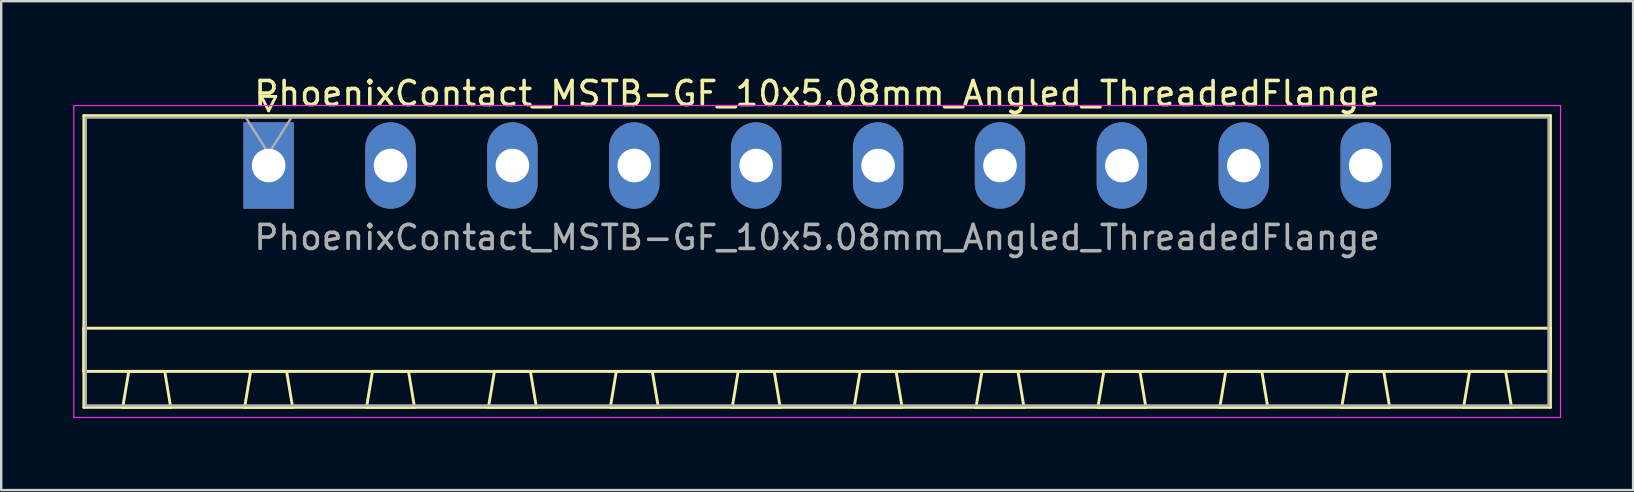
<source format=kicad_pcb>
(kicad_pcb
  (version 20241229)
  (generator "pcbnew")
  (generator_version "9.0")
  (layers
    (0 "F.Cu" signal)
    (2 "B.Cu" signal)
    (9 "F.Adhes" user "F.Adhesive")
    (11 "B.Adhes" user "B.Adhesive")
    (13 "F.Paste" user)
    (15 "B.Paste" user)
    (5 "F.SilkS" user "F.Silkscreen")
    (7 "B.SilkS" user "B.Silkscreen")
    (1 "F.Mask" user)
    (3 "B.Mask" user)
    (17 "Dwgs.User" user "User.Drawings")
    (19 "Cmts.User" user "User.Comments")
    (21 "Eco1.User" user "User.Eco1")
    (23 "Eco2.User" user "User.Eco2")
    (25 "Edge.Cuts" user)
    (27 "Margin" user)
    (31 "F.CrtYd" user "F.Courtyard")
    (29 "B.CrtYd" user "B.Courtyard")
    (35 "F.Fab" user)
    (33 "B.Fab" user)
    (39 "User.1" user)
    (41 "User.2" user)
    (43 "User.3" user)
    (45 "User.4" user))
  (footprint "PhoenixContact_MSTB-GF_10x5.08mm_Angled_ThreadedFlange"
    (layer "F.Cu")
    (at 8.145 3.848)
    (property "Reference" "PhoenixContact_MSTB-GF_10x5.08mm_Angled_ThreadedFlange" (at 22.86 -3 0) (layer "F.SilkS") (effects (font (size 1 1) (thickness 0.15))))
    (attr through_hole)
    (fp_line (start -7.7 -2.08) (end -7.7 10.08) (stroke (width 0.12) (type solid)) (layer "F.SilkS"))
    (fp_line (start -7.7 6.78) (end 53.42 6.78) (stroke (width 0.12) (type solid)) (layer "F.SilkS"))
    (fp_line (start -7.7 8.58) (end -7.7 6.78) (stroke (width 0.12) (type solid)) (layer "F.SilkS"))
    (fp_line (start -7.7 10.08) (end 53.42 10.08) (stroke (width 0.12) (type solid)) (layer "F.SilkS"))
    (fp_line (start -6.08 10.08) (end -4.08 10.08) (stroke (width 0.12) (type solid)) (layer "F.SilkS"))
    (fp_line (start -5.83 8.58) (end -6.08 10.08) (stroke (width 0.12) (type solid)) (layer "F.SilkS"))
    (fp_line (start -4.33 8.58) (end -5.83 8.58) (stroke (width 0.12) (type solid)) (layer "F.SilkS"))
    (fp_line (start -4.08 10.08) (end -4.33 8.58) (stroke (width 0.12) (type solid)) (layer "F.SilkS"))
    (fp_line (start -1 10.08) (end 1 10.08) (stroke (width 0.12) (type solid)) (layer "F.SilkS"))
    (fp_line (start -0.75 8.58) (end -1 10.08) (stroke (width 0.12) (type solid)) (layer "F.SilkS"))
    (fp_line (start -0.3 -2.88) (end 0.3 -2.88) (stroke (width 0.12) (type solid)) (layer "F.SilkS"))
    (fp_line (start 0 -2.28) (end -0.3 -2.88) (stroke (width 0.12) (type solid)) (layer "F.SilkS"))
    (fp_line (start 0.3 -2.88) (end 0 -2.28) (stroke (width 0.12) (type solid)) (layer "F.SilkS"))
    (fp_line (start 0.75 8.58) (end -0.75 8.58) (stroke (width 0.12) (type solid)) (layer "F.SilkS"))
    (fp_line (start 1 10.08) (end 0.75 8.58) (stroke (width 0.12) (type solid)) (layer "F.SilkS"))
    (fp_line (start 4.08 10.08) (end 6.08 10.08) (stroke (width 0.12) (type solid)) (layer "F.SilkS"))
    (fp_line (start 4.33 8.58) (end 4.08 10.08) (stroke (width 0.12) (type solid)) (layer "F.SilkS"))
    (fp_line (start 5.83 8.58) (end 4.33 8.58) (stroke (width 0.12) (type solid)) (layer "F.SilkS"))
    (fp_line (start 6.08 10.08) (end 5.83 8.58) (stroke (width 0.12) (type solid)) (layer "F.SilkS"))
    (fp_line (start 9.16 10.08) (end 11.16 10.08) (stroke (width 0.12) (type solid)) (layer "F.SilkS"))
    (fp_line (start 9.41 8.58) (end 9.16 10.08) (stroke (width 0.12) (type solid)) (layer "F.SilkS"))
    (fp_line (start 10.91 8.58) (end 9.41 8.58) (stroke (width 0.12) (type solid)) (layer "F.SilkS"))
    (fp_line (start 11.16 10.08) (end 10.91 8.58) (stroke (width 0.12) (type solid)) (layer "F.SilkS"))
    (fp_line (start 14.24 10.08) (end 16.24 10.08) (stroke (width 0.12) (type solid)) (layer "F.SilkS"))
    (fp_line (start 14.49 8.58) (end 14.24 10.08) (stroke (width 0.12) (type solid)) (layer "F.SilkS"))
    (fp_line (start 15.99 8.58) (end 14.49 8.58) (stroke (width 0.12) (type solid)) (layer "F.SilkS"))
    (fp_line (start 16.24 10.08) (end 15.99 8.58) (stroke (width 0.12) (type solid)) (layer "F.SilkS"))
    (fp_line (start 19.32 10.08) (end 21.32 10.08) (stroke (width 0.12) (type solid)) (layer "F.SilkS"))
    (fp_line (start 19.57 8.58) (end 19.32 10.08) (stroke (width 0.12) (type solid)) (layer "F.SilkS"))
    (fp_line (start 21.07 8.58) (end 19.57 8.58) (stroke (width 0.12) (type solid)) (layer "F.SilkS"))
    (fp_line (start 21.32 10.08) (end 21.07 8.58) (stroke (width 0.12) (type solid)) (layer "F.SilkS"))
    (fp_line (start 24.4 10.08) (end 26.4 10.08) (stroke (width 0.12) (type solid)) (layer "F.SilkS"))
    (fp_line (start 24.65 8.58) (end 24.4 10.08) (stroke (width 0.12) (type solid)) (layer "F.SilkS"))
    (fp_line (start 26.15 8.58) (end 24.65 8.58) (stroke (width 0.12) (type solid)) (layer "F.SilkS"))
    (fp_line (start 26.4 10.08) (end 26.15 8.58) (stroke (width 0.12) (type solid)) (layer "F.SilkS"))
    (fp_line (start 29.48 10.08) (end 31.48 10.08) (stroke (width 0.12) (type solid)) (layer "F.SilkS"))
    (fp_line (start 29.73 8.58) (end 29.48 10.08) (stroke (width 0.12) (type solid)) (layer "F.SilkS"))
    (fp_line (start 31.23 8.58) (end 29.73 8.58) (stroke (width 0.12) (type solid)) (layer "F.SilkS"))
    (fp_line (start 31.48 10.08) (end 31.23 8.58) (stroke (width 0.12) (type solid)) (layer "F.SilkS"))
    (fp_line (start 34.56 10.08) (end 36.56 10.08) (stroke (width 0.12) (type solid)) (layer "F.SilkS"))
    (fp_line (start 34.81 8.58) (end 34.56 10.08) (stroke (width 0.12) (type solid)) (layer "F.SilkS"))
    (fp_line (start 36.31 8.58) (end 34.81 8.58) (stroke (width 0.12) (type solid)) (layer "F.SilkS"))
    (fp_line (start 36.56 10.08) (end 36.31 8.58) (stroke (width 0.12) (type solid)) (layer "F.SilkS"))
    (fp_line (start 39.64 10.08) (end 41.64 10.08) (stroke (width 0.12) (type solid)) (layer "F.SilkS"))
    (fp_line (start 39.89 8.58) (end 39.64 10.08) (stroke (width 0.12) (type solid)) (layer "F.SilkS"))
    (fp_line (start 41.39 8.58) (end 39.89 8.58) (stroke (width 0.12) (type solid)) (layer "F.SilkS"))
    (fp_line (start 41.64 10.08) (end 41.39 8.58) (stroke (width 0.12) (type solid)) (layer "F.SilkS"))
    (fp_line (start 44.72 10.08) (end 46.72 10.08) (stroke (width 0.12) (type solid)) (layer "F.SilkS"))
    (fp_line (start 44.97 8.58) (end 44.72 10.08) (stroke (width 0.12) (type solid)) (layer "F.SilkS"))
    (fp_line (start 46.47 8.58) (end 44.97 8.58) (stroke (width 0.12) (type solid)) (layer "F.SilkS"))
    (fp_line (start 46.72 10.08) (end 46.47 8.58) (stroke (width 0.12) (type solid)) (layer "F.SilkS"))
    (fp_line (start 49.8 10.08) (end 51.8 10.08) (stroke (width 0.12) (type solid)) (layer "F.SilkS"))
    (fp_line (start 50.05 8.58) (end 49.8 10.08) (stroke (width 0.12) (type solid)) (layer "F.SilkS"))
    (fp_line (start 51.55 8.58) (end 50.05 8.58) (stroke (width 0.12) (type solid)) (layer "F.SilkS"))
    (fp_line (start 51.8 10.08) (end 51.55 8.58) (stroke (width 0.12) (type solid)) (layer "F.SilkS"))
    (fp_line (start 53.42 -2.08) (end -7.7 -2.08) (stroke (width 0.12) (type solid)) (layer "F.SilkS"))
    (fp_line (start 53.42 6.78) (end 53.42 8.58) (stroke (width 0.12) (type solid)) (layer "F.SilkS"))
    (fp_line (start 53.42 8.58) (end -7.7 8.58) (stroke (width 0.12) (type solid)) (layer "F.SilkS"))
    (fp_line (start 53.42 10.08) (end 53.42 -2.08) (stroke (width 0.12) (type solid)) (layer "F.SilkS"))
    (fp_line (start -8.12 -2.5) (end -8.12 10.5) (stroke (width 0.05) (type solid)) (layer "F.CrtYd"))
    (fp_line (start -8.12 10.5) (end 53.84 10.5) (stroke (width 0.05) (type solid)) (layer "F.CrtYd"))
    (fp_line (start 53.84 -2.5) (end -8.12 -2.5) (stroke (width 0.05) (type solid)) (layer "F.CrtYd"))
    (fp_line (start 53.84 10.5) (end 53.84 -2.5) (stroke (width 0.05) (type solid)) (layer "F.CrtYd"))
    (fp_line (start -7.62 -2) (end -7.62 10) (stroke (width 0.1) (type solid)) (layer "F.Fab"))
    (fp_line (start -7.62 10) (end 53.34 10) (stroke (width 0.1) (type solid)) (layer "F.Fab"))
    (fp_line (start 0 -0.5) (end -0.95 -2) (stroke (width 0.1) (type solid)) (layer "F.Fab"))
    (fp_line (start 0.95 -2) (end 0 -0.5) (stroke (width 0.1) (type solid)) (layer "F.Fab"))
    (fp_line (start 53.34 -2) (end -7.62 -2) (stroke (width 0.1) (type solid)) (layer "F.Fab"))
    (fp_line (start 53.34 10) (end 53.34 -2) (stroke (width 0.1) (type solid)) (layer "F.Fab"))
    (fp_text user "${REFERENCE}" (at 22.86 3 0) (layer "F.Fab") (effects (font (size 1 1) (thickness 0.15))))
    (pad "1" thru_hole rect (at 0 0) (size 2.1 3.6) (drill 1.4) (layers "*.Cu" "*.Mask"))
    (pad "2" thru_hole oval (at 5.08 0) (size 2.1 3.6) (drill 1.4) (layers "*.Cu" "*.Mask"))
    (pad "3" thru_hole oval (at 10.16 0) (size 2.1 3.6) (drill 1.4) (layers "*.Cu" "*.Mask"))
    (pad "4" thru_hole oval (at 15.24 0) (size 2.1 3.6) (drill 1.4) (layers "*.Cu" "*.Mask"))
    (pad "5" thru_hole oval (at 20.32 0) (size 2.1 3.6) (drill 1.4) (layers "*.Cu" "*.Mask"))
    (pad "6" thru_hole oval (at 25.4 0) (size 2.1 3.6) (drill 1.4) (layers "*.Cu" "*.Mask"))
    (pad "7" thru_hole oval (at 30.48 0) (size 2.1 3.6) (drill 1.4) (layers "*.Cu" "*.Mask"))
    (pad "8" thru_hole oval (at 35.56 0) (size 2.1 3.6) (drill 1.4) (layers "*.Cu" "*.Mask"))
    (pad "9" thru_hole oval (at 40.64 0) (size 2.1 3.6) (drill 1.4) (layers "*.Cu" "*.Mask"))
    (pad "10" thru_hole oval (at 45.72 0) (size 2.1 3.6) (drill 1.4) (layers "*.Cu" "*.Mask")))
  (gr_rect
    (start -3 -3)
    (end 65.01 17.373)
    (stroke (width 0.1) (type default))
    (fill no)
    (layer "Edge.Cuts")))
</source>
